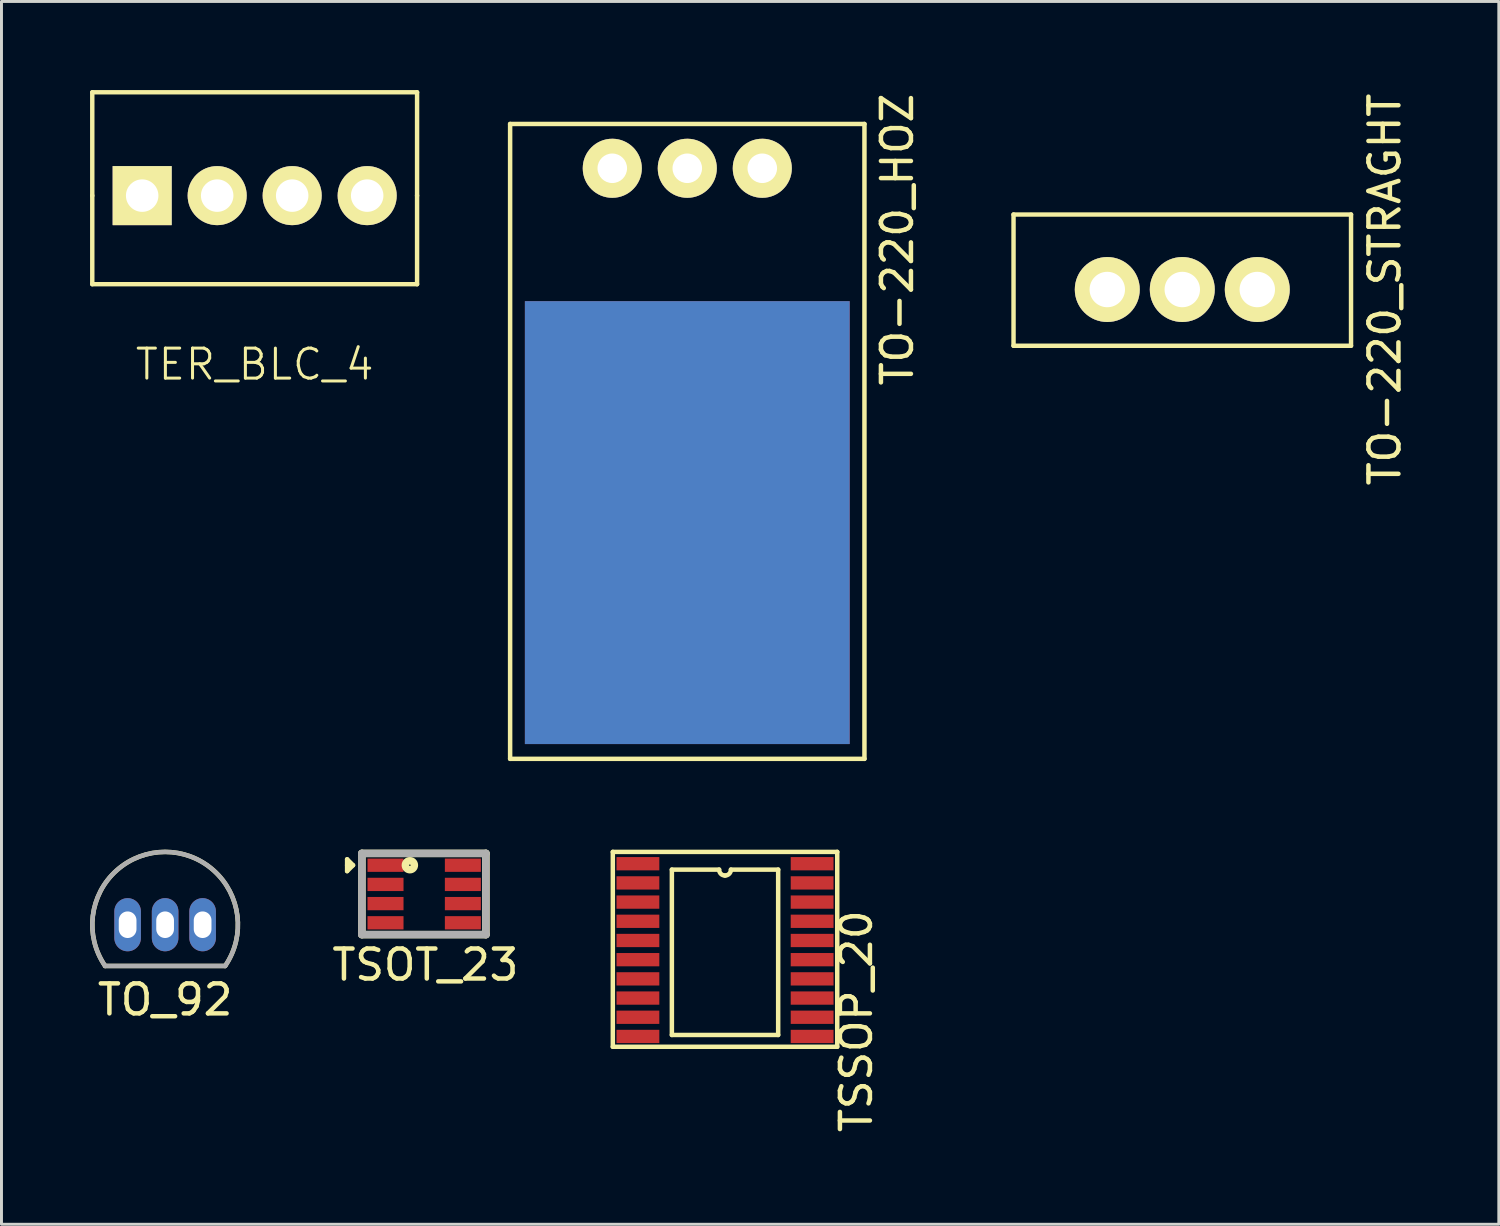
<source format=kicad_pcb>
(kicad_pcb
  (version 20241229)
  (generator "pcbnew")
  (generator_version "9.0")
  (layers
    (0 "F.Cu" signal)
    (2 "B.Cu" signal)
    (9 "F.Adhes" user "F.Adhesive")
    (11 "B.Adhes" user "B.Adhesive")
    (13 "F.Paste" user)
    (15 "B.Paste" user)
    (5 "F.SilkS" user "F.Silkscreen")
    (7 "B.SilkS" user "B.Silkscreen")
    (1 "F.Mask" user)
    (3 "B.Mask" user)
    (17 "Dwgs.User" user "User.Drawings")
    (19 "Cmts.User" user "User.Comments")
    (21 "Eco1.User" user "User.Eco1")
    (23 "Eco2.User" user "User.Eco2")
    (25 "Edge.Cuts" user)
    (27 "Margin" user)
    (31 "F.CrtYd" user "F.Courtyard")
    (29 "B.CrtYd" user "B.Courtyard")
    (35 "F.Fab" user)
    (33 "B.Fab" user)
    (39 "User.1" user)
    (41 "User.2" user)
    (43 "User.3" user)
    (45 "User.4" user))
  (footprint "TO_92"
    (layer "F.Cu")
    (at 2.542 28.267)
    (property "Reference" "TO_92" (at 0 2.54 0) (layer "F.SilkS") (effects (font (size 1.016 1.016) (thickness 0.152))))
    (attr through_hole)
    (fp_line (start -2.032 1.397) (end 2.032 1.397) (stroke (width 0.152) (type solid)) (layer "F.SilkS"))
    (fp_arc (start -2.032414 1.396395) (mid 0.000366 -2.465892) (end 2.031999 1.396999) (stroke (width 0.1524) (type solid)) (layer "F.SilkS"))
    (fp_line (start -2.032 1.397) (end 2.032 1.397) (stroke (width 0.152) (type solid)) (layer "F.Fab"))
    (fp_arc (start -2.032414 1.396395) (mid 0.000366 -2.465892) (end 2.031999 1.396999) (stroke (width 0.1524) (type solid)) (layer "F.Fab"))
    (pad "1" thru_hole oval (at -1.27 0) (size 0.9 1.8) (drill oval 0.6 0.9) (layers "*.Cu" "*.Mask"))
    (pad "2" thru_hole oval (at 0 0) (size 0.9 1.8) (drill oval 0.6 0.9) (layers "*.Cu" "*.Mask"))
    (pad "3" thru_hole oval (at 1.27 0) (size 0.9 1.8) (drill oval 0.6 0.9) (layers "*.Cu" "*.Mask")))
  (footprint "TSOT_23"
    (layer "F.Cu")
    (at 10.006 26.252)
    (property "Reference" "TSOT_23" (at 1.35 3.375 0) (layer "F.SilkS") (effects (font (size 1.016 1.016) (thickness 0.152))))
    (attr through_hole)
    (fp_line (start -1.3 -0.2) (end -1.3 0.2) (stroke (width 0.152) (type solid)) (layer "F.SilkS"))
    (fp_line (start -1.3 0) (end -1.2 0) (stroke (width 0.152) (type solid)) (layer "F.SilkS"))
    (fp_line (start -1.3 0.2) (end -1.1 0) (stroke (width 0.152) (type solid)) (layer "F.SilkS"))
    (fp_line (start -1.1 0) (end -1.3 -0.2) (stroke (width 0.152) (type solid)) (layer "F.SilkS"))
    (fp_line (start -0.8 -0.4) (end 3.4 -0.4) (stroke (width 0.254) (type solid)) (layer "F.SilkS"))
    (fp_line (start -0.8 2.35) (end -0.8 -0.4) (stroke (width 0.254) (type solid)) (layer "F.SilkS"))
    (fp_line (start 3.4 -0.4) (end 3.4 2.35) (stroke (width 0.254) (type solid)) (layer "F.SilkS"))
    (fp_line (start 3.4 2.35) (end -0.8 2.35) (stroke (width 0.254) (type solid)) (layer "F.SilkS"))
    (fp_circle (center 0.825 0) (end 0.825 0.025) (stroke (width 0.254) (type solid)) (fill no) (layer "F.SilkS"))
    (fp_line (start -0.8 -0.4) (end 3.4 -0.4) (stroke (width 0.254) (type solid)) (layer "F.Fab"))
    (fp_line (start -0.8 2.35) (end -0.8 -0.4) (stroke (width 0.254) (type solid)) (layer "F.Fab"))
    (fp_line (start 3.4 -0.4) (end 3.4 2.35) (stroke (width 0.254) (type solid)) (layer "F.Fab"))
    (fp_line (start 3.4 2.35) (end -0.8 2.35) (stroke (width 0.254) (type solid)) (layer "F.Fab"))
    (pad "1" smd rect (at 0 0) (size 1.22 0.45) (layers "F.Cu" "F.Mask" "F.Paste"))
    (pad "2" smd rect (at 0 0.65) (size 1.22 0.45) (layers "F.Cu" "F.Mask" "F.Paste"))
    (pad "3" smd rect (at 0 1.3) (size 1.22 0.45) (layers "F.Cu" "F.Mask" "F.Paste"))
    (pad "4" smd rect (at 0 1.95) (size 1.22 0.45) (layers "F.Cu" "F.Mask" "F.Paste"))
    (pad "5" smd rect (at 2.62 1.95) (size 1.22 0.45) (layers "F.Cu" "F.Mask" "F.Paste"))
    (pad "6" smd rect (at 2.62 1.3) (size 1.22 0.45) (layers "F.Cu" "F.Mask" "F.Paste"))
    (pad "7" smd rect (at 2.62 0.65) (size 1.22 0.45) (layers "F.Cu" "F.Mask" "F.Paste"))
    (pad "8" smd rect (at 2.62 0) (size 1.22 0.45) (layers "F.Cu" "F.Mask" "F.Paste")))
  (footprint "TO-220_STRAGHT"
    (layer "F.Cu")
    (at 36.99 6.755)
    (property "Reference" "TO-220_STRAGHT" (at 6.858 0 90) (layer "F.SilkS") (effects (font (size 1.016 1.016) (thickness 0.152))))
    (attr through_hole)
    (fp_line (start -5.715 -2.54) (end -5.715 1.905) (stroke (width 0.15) (type solid)) (layer "F.SilkS"))
    (fp_line (start -5.715 1.905) (end 5.715 1.905) (stroke (width 0.15) (type solid)) (layer "F.SilkS"))
    (fp_line (start 5.715 -2.54) (end -5.715 -2.54) (stroke (width 0.15) (type solid)) (layer "F.SilkS"))
    (fp_line (start 5.715 1.905) (end 5.715 -2.54) (stroke (width 0.15) (type solid)) (layer "F.SilkS"))
    (pad "1" thru_hole circle (at -2.54 0) (size 2.2 2.2) (drill 1.2) (layers "*.Cu" "*.Mask" "F.SilkS"))
    (pad "2" thru_hole circle (at 0 0) (size 2.2 2.2) (drill 1.2) (layers "*.Cu" "*.Mask" "F.SilkS"))
    (pad "3" thru_hole circle (at 2.54 0) (size 2.2 2.2) (drill 1.2) (layers "*.Cu" "*.Mask" "F.SilkS")))
  (footprint "TO-220_HOZ"
    (layer "F.Cu")
    (at 20.226 2.649)
    (property "Reference" "TO-220_HOZ" (at 7.112 2.413 90) (layer "F.SilkS") (effects (font (size 1.016 1.016) (thickness 0.152))))
    (attr through_hole)
    (fp_line (start -6 -1.5) (end 6 -1.5) (stroke (width 0.152) (type solid)) (layer "F.SilkS"))
    (fp_line (start -6 20) (end -6 -1.5) (stroke (width 0.152) (type solid)) (layer "F.SilkS"))
    (fp_line (start -6 20) (end 6 20) (stroke (width 0.152) (type solid)) (layer "F.SilkS"))
    (fp_line (start 6 20) (end 6 -1.5) (stroke (width 0.152) (type solid)) (layer "F.SilkS"))
    (pad "1" thru_hole circle (at 2.54 0) (size 2 2) (drill 1) (layers "*.Cu" "*.Mask" "F.SilkS"))
    (pad "2" thru_hole circle (at 0 0) (size 2 2) (drill 1) (layers "*.Cu" "*.Mask" "F.SilkS"))
    (pad "3" thru_hole circle (at -2.54 0) (size 2 2) (drill 1) (layers "*.Cu" "*.Mask" "F.SilkS"))
    (pad "4" smd rect (at 0 12) (size 11 15) (layers "F.Cu" "F.Mask" "F.Paste"))
    (pad "4" smd rect (at 0 12) (size 11 15) (layers "F.Mask" "B.Cu" "F.Paste")))
  (footprint "TER_BLC_4"
    (layer "F.Cu")
    (at 5.575 3.575)
    (property "Reference" "TER_BLC_4" (at 0 5.715 0) (layer "F.SilkS") (effects (font (size 1.016 1.016) (thickness 0.102))))
    (attr through_hole)
    (fp_line (start -5.5 -3.5) (end 5.5 -3.5) (stroke (width 0.15) (type solid)) (layer "F.SilkS"))
    (fp_line (start -5.5 0) (end -5.5 -3.5) (stroke (width 0.15) (type solid)) (layer "F.SilkS"))
    (fp_line (start -5.5 3) (end -5.5 0) (stroke (width 0.15) (type solid)) (layer "F.SilkS"))
    (fp_line (start 5.5 -3.5) (end 5.5 0) (stroke (width 0.15) (type solid)) (layer "F.SilkS"))
    (fp_line (start 5.5 0) (end 5.5 3) (stroke (width 0.15) (type solid)) (layer "F.SilkS"))
    (fp_line (start 5.5 3) (end -5.5 3) (stroke (width 0.15) (type solid)) (layer "F.SilkS"))
    (pad "1" thru_hole rect (at -3.81 0) (size 2 2) (drill 1.1) (layers "*.Cu" "*.Mask" "F.SilkS"))
    (pad "2" thru_hole circle (at -1.27 0) (size 2 2) (drill 1.1) (layers "*.Cu" "*.Mask" "F.SilkS"))
    (pad "3" thru_hole circle (at 1.27 0) (size 2 2) (drill 1.1) (layers "*.Cu" "*.Mask" "F.SilkS"))
    (pad "4" thru_hole circle (at 3.81 0) (size 2 2) (drill 1.1) (layers "*.Cu" "*.Mask" "F.SilkS")))
  (footprint "TSSOP_20"
    (layer "F.Cu")
    (at 21.504 26.201)
    (property "Reference" "TSSOP_20" (at 4.445 5.334 90) (layer "F.SilkS") (effects (font (size 1.016 1.016) (thickness 0.152))))
    (attr through_hole)
    (fp_line (start -3.8 -0.4) (end -3.8 6.2) (stroke (width 0.152) (type solid)) (layer "F.SilkS"))
    (fp_line (start -3.8 6.2) (end 3.8 6.2) (stroke (width 0.152) (type solid)) (layer "F.SilkS"))
    (fp_line (start -1.8 0.2) (end -1.8 5.8) (stroke (width 0.152) (type solid)) (layer "F.SilkS"))
    (fp_line (start -1.8 5.8) (end 1.8 5.8) (stroke (width 0.152) (type solid)) (layer "F.SilkS"))
    (fp_line (start -0.2 0.2) (end -1.8 0.2) (stroke (width 0.152) (type solid)) (layer "F.SilkS"))
    (fp_line (start 0.2 0.2) (end 1.8 0.2) (stroke (width 0.152) (type solid)) (layer "F.SilkS"))
    (fp_line (start 1.8 5.8) (end 1.8 0.2) (stroke (width 0.152) (type solid)) (layer "F.SilkS"))
    (fp_line (start 3.8 -0.4) (end -3.8 -0.4) (stroke (width 0.152) (type solid)) (layer "F.SilkS"))
    (fp_line (start 3.8 6.2) (end 3.8 -0.4) (stroke (width 0.152) (type solid)) (layer "F.SilkS"))
    (fp_arc (start 0 0.4) (mid -0.141421 0.341421) (end -0.2 0.2) (stroke (width 0.1524) (type solid)) (layer "F.SilkS"))
    (fp_arc (start 0.2 0.2) (mid 0.141421 0.341421) (end 0 0.4) (stroke (width 0.1524) (type solid)) (layer "F.SilkS"))
    (pad "1" smd rect (at -2.95 0) (size 1.45 0.45) (layers "F.Cu" "F.Mask" "F.Paste"))
    (pad "2" smd rect (at -2.95 0.65) (size 1.45 0.45) (layers "F.Cu" "F.Mask" "F.Paste"))
    (pad "3" smd rect (at -2.95 1.3) (size 1.45 0.45) (layers "F.Cu" "F.Mask" "F.Paste"))
    (pad "4" smd rect (at -2.95 1.95) (size 1.45 0.45) (layers "F.Cu" "F.Mask" "F.Paste"))
    (pad "5" smd rect (at -2.95 2.6) (size 1.45 0.45) (layers "F.Cu" "F.Mask" "F.Paste"))
    (pad "6" smd rect (at -2.95 3.25) (size 1.45 0.45) (layers "F.Cu" "F.Mask" "F.Paste"))
    (pad "7" smd rect (at -2.95 3.9) (size 1.45 0.45) (layers "F.Cu" "F.Mask" "F.Paste"))
    (pad "8" smd rect (at -2.95 4.55) (size 1.45 0.45) (layers "F.Cu" "F.Mask" "F.Paste"))
    (pad "9" smd rect (at -2.95 5.2) (size 1.45 0.45) (layers "F.Cu" "F.Mask" "F.Paste"))
    (pad "10" smd rect (at -2.95 5.85) (size 1.45 0.45) (layers "F.Cu" "F.Mask" "F.Paste"))
    (pad "11" smd rect (at 2.95 5.85) (size 1.45 0.45) (layers "F.Cu" "F.Mask" "F.Paste"))
    (pad "12" smd rect (at 2.95 5.2) (size 1.45 0.45) (layers "F.Cu" "F.Mask" "F.Paste"))
    (pad "13" smd rect (at 2.95 4.55) (size 1.45 0.45) (layers "F.Cu" "F.Mask" "F.Paste"))
    (pad "14" smd rect (at 2.95 3.9) (size 1.45 0.45) (layers "F.Cu" "F.Mask" "F.Paste"))
    (pad "15" smd rect (at 2.95 3.25) (size 1.45 0.45) (layers "F.Cu" "F.Mask" "F.Paste"))
    (pad "16" smd rect (at 2.95 2.6) (size 1.45 0.45) (layers "F.Cu" "F.Mask" "F.Paste"))
    (pad "17" smd rect (at 2.95 1.95) (size 1.45 0.45) (layers "F.Cu" "F.Mask" "F.Paste"))
    (pad "18" smd rect (at 2.95 1.3) (size 1.45 0.45) (layers "F.Cu" "F.Mask" "F.Paste"))
    (pad "19" smd rect (at 2.95 0.65) (size 1.45 0.45) (layers "F.Cu" "F.Mask" "F.Paste"))
    (pad "20" smd rect (at 2.95 0) (size 1.45 0.45) (layers "F.Cu" "F.Mask" "F.Paste")))
  (gr_rect
    (start -3 -3)
    (end 47.71 38.412)
    (stroke (width 0.1) (type default))
    (fill no)
    (layer "Edge.Cuts")))
</source>
